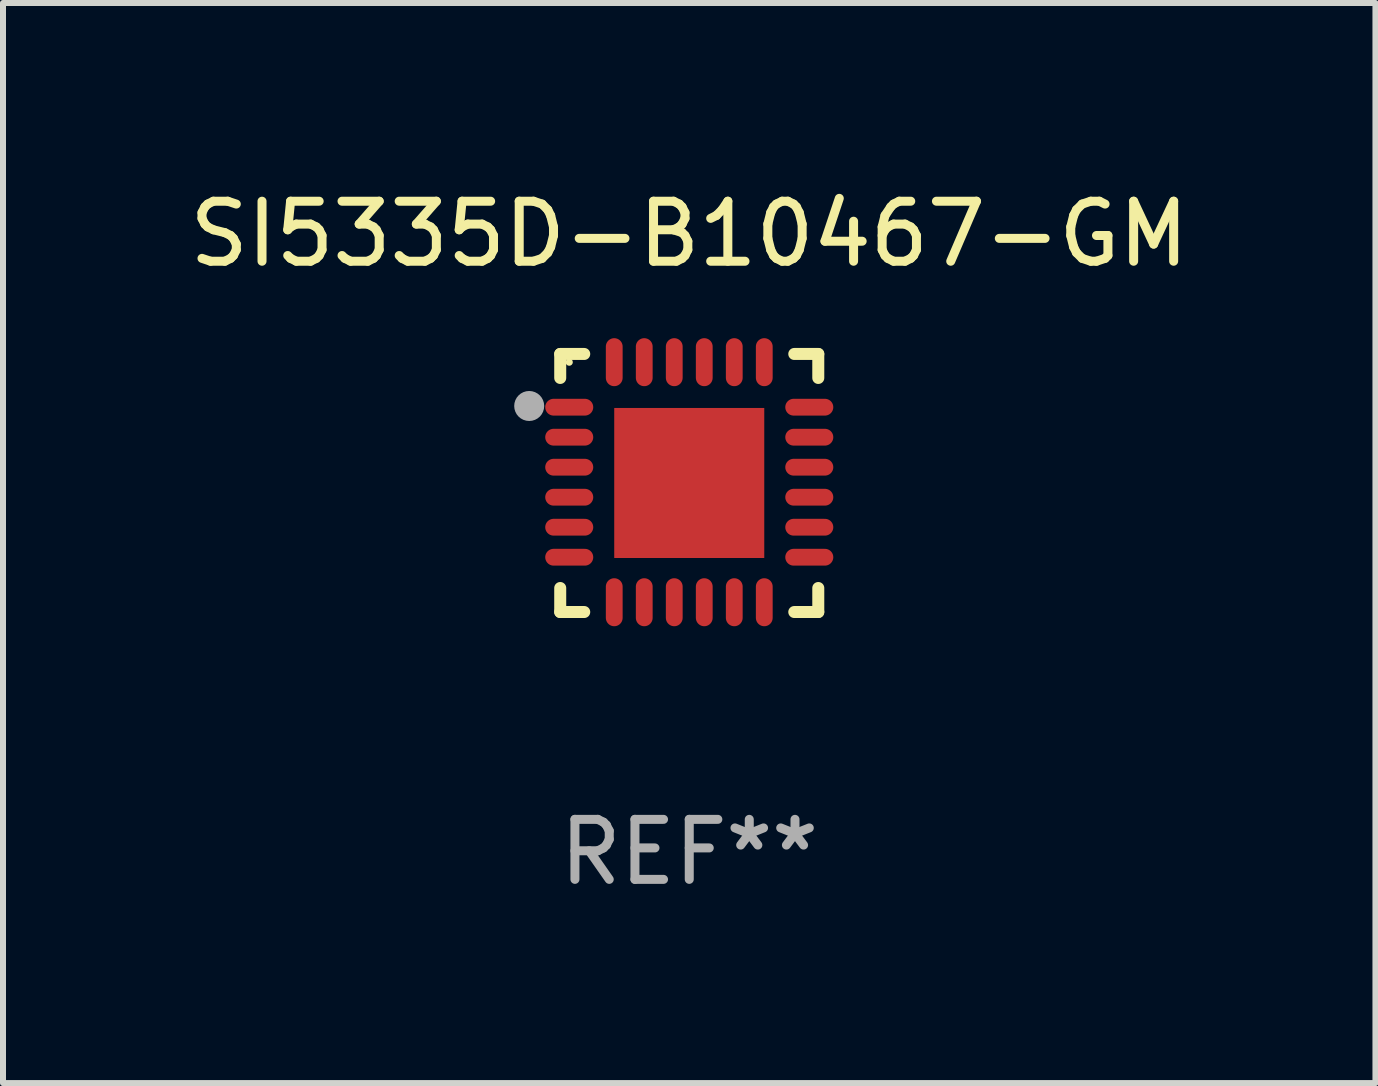
<source format=kicad_pcb>
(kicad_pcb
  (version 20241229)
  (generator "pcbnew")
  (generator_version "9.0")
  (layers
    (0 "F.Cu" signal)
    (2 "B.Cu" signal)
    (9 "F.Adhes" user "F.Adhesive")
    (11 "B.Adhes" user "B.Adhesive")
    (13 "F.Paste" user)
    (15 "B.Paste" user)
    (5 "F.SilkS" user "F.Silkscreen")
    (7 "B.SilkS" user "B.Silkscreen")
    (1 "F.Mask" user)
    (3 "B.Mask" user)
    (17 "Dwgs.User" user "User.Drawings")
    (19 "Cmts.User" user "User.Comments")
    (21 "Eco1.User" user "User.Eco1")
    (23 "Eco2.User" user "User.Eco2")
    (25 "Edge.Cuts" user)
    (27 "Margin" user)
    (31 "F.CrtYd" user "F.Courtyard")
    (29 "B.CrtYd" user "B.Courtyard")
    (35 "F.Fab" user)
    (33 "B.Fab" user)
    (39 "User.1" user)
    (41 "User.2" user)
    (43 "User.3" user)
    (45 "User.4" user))
  (footprint "SI5335D-B10467-GM"
    (layer "F.Cu")
    (at 8.435 4.998)
    (property "Reference" "SI5335D-B10467-GM" (at 0 -4.15 0) (layer "F.SilkS") (effects (font (size 1 1) (thickness 0.15))))
    (attr through_hole)
    (fp_line (start -2.15 -2.15) (end -1.75 -2.15) (stroke (width 0.2) (type solid)) (layer "F.SilkS"))
    (fp_line (start -2.15 -1.75) (end -2.15 -2.15) (stroke (width 0.2) (type solid)) (layer "F.SilkS"))
    (fp_line (start -2.15 2.15) (end -2.15 1.75) (stroke (width 0.2) (type solid)) (layer "F.SilkS"))
    (fp_line (start -1.75 2.15) (end -2.15 2.15) (stroke (width 0.2) (type solid)) (layer "F.SilkS"))
    (fp_line (start 1.75 -2.15) (end 2.15 -2.15) (stroke (width 0.2) (type solid)) (layer "F.SilkS"))
    (fp_line (start 1.75 2.15) (end 2.15 2.15) (stroke (width 0.2) (type solid)) (layer "F.SilkS"))
    (fp_line (start 2.15 -2.15) (end 2.15 -1.75) (stroke (width 0.2) (type solid)) (layer "F.SilkS"))
    (fp_line (start 2.15 2.15) (end 2.15 1.75) (stroke (width 0.2) (type solid)) (layer "F.SilkS"))
    (fp_circle (center -2 -2.013) (end -1.97 -2.013) (stroke (width 0.06) (type solid)) (fill no) (layer "F.SilkS"))
    (fp_circle (center -2.667 -1.283) (end -2.542 -1.283) (stroke (width 0.25) (type solid)) (fill no) (layer "F.Fab"))
    (fp_text user "REF**" (at 0 6.15 0) (layer "F.Fab") (effects (font (size 1 1) (thickness 0.15))))
    (pad "1" smd oval (at -2 -1.263) (size 0.8 0.28) (layers "F.Cu" "F.Mask" "F.Paste"))
    (pad "2" smd oval (at -2 -0.763) (size 0.8 0.28) (layers "F.Cu" "F.Mask" "F.Paste"))
    (pad "3" smd oval (at -2 -0.263) (size 0.8 0.28) (layers "F.Cu" "F.Mask" "F.Paste"))
    (pad "4" smd oval (at -2 0.237) (size 0.8 0.28) (layers "F.Cu" "F.Mask" "F.Paste"))
    (pad "5" smd oval (at -2 0.737) (size 0.8 0.28) (layers "F.Cu" "F.Mask" "F.Paste"))
    (pad "6" smd oval (at -2 1.237) (size 0.8 0.28) (layers "F.Cu" "F.Mask" "F.Paste"))
    (pad "7" smd oval (at -1.25 1.987) (size 0.28 0.8) (layers "F.Cu" "F.Mask" "F.Paste"))
    (pad "8" smd oval (at -0.75 1.987) (size 0.28 0.8) (layers "F.Cu" "F.Mask" "F.Paste"))
    (pad "9" smd oval (at -0.25 1.987) (size 0.28 0.8) (layers "F.Cu" "F.Mask" "F.Paste"))
    (pad "10" smd oval (at 0.25 1.987) (size 0.28 0.8) (layers "F.Cu" "F.Mask" "F.Paste"))
    (pad "11" smd oval (at 0.75 1.987) (size 0.28 0.8) (layers "F.Cu" "F.Mask" "F.Paste"))
    (pad "12" smd oval (at 1.25 1.987) (size 0.28 0.8) (layers "F.Cu" "F.Mask" "F.Paste"))
    (pad "13" smd oval (at 2 1.237) (size 0.8 0.28) (layers "F.Cu" "F.Mask" "F.Paste"))
    (pad "14" smd oval (at 2 0.737) (size 0.8 0.28) (layers "F.Cu" "F.Mask" "F.Paste"))
    (pad "15" smd oval (at 2 0.237) (size 0.8 0.28) (layers "F.Cu" "F.Mask" "F.Paste"))
    (pad "16" smd oval (at 2 -0.263) (size 0.8 0.28) (layers "F.Cu" "F.Mask" "F.Paste"))
    (pad "17" smd oval (at 2 -0.763) (size 0.8 0.28) (layers "F.Cu" "F.Mask" "F.Paste"))
    (pad "18" smd oval (at 2 -1.263) (size 0.8 0.28) (layers "F.Cu" "F.Mask" "F.Paste"))
    (pad "19" smd oval (at 1.25 -2.013) (size 0.28 0.8) (layers "F.Cu" "F.Mask" "F.Paste"))
    (pad "20" smd oval (at 0.75 -2.013) (size 0.28 0.8) (layers "F.Cu" "F.Mask" "F.Paste"))
    (pad "21" smd oval (at 0.25 -2.013) (size 0.28 0.8) (layers "F.Cu" "F.Mask" "F.Paste"))
    (pad "22" smd oval (at -0.25 -2.013) (size 0.28 0.8) (layers "F.Cu" "F.Mask" "F.Paste"))
    (pad "23" smd oval (at -0.75 -2.013) (size 0.28 0.8) (layers "F.Cu" "F.Mask" "F.Paste"))
    (pad "24" smd oval (at -1.25 -2.013) (size 0.28 0.8) (layers "F.Cu" "F.Mask" "F.Paste"))
    (pad "25" smd rect (at -0.000127 -0.00014) (size 2.5 2.5) (layers "F.Cu" "F.Mask" "F.Paste")))
  (gr_rect
    (start -3 -3)
    (end 19.869 14.997)
    (stroke (width 0.1) (type default))
    (fill no)
    (layer "Edge.Cuts")))
</source>
